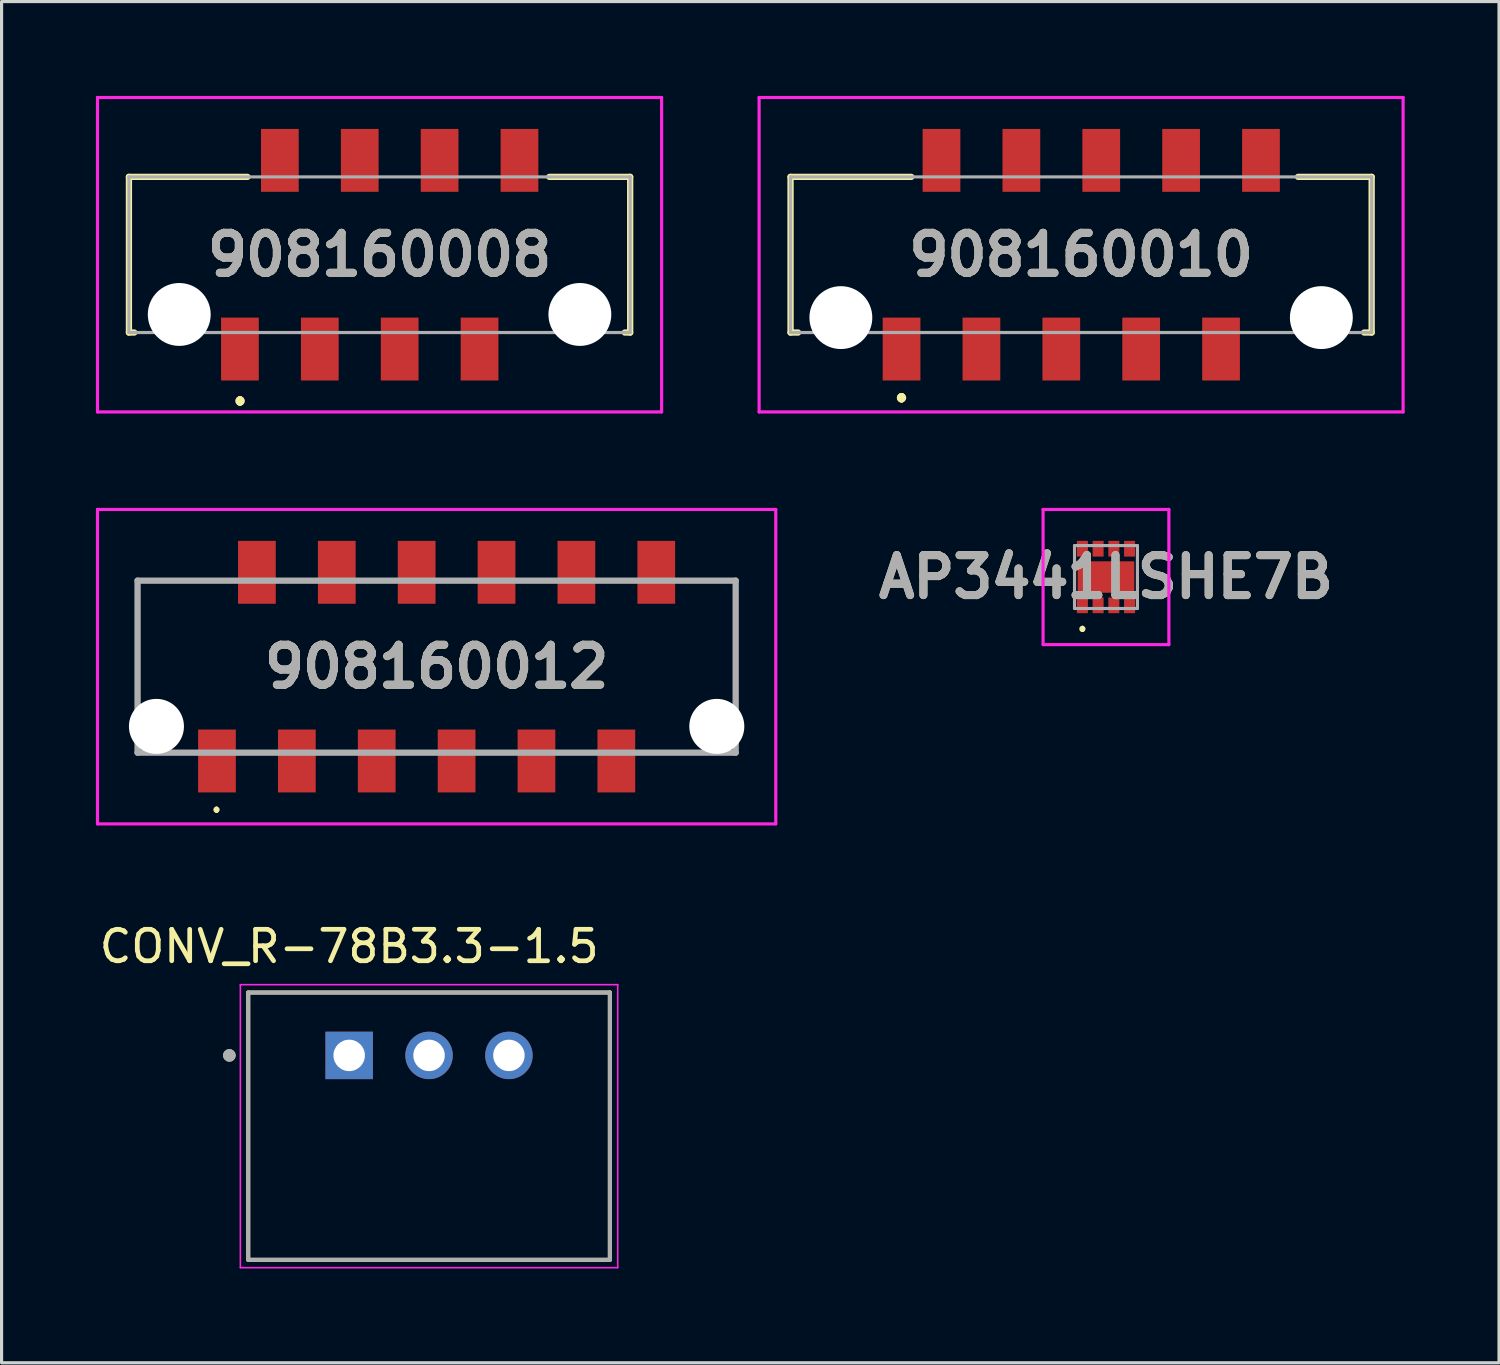
<source format=kicad_pcb>
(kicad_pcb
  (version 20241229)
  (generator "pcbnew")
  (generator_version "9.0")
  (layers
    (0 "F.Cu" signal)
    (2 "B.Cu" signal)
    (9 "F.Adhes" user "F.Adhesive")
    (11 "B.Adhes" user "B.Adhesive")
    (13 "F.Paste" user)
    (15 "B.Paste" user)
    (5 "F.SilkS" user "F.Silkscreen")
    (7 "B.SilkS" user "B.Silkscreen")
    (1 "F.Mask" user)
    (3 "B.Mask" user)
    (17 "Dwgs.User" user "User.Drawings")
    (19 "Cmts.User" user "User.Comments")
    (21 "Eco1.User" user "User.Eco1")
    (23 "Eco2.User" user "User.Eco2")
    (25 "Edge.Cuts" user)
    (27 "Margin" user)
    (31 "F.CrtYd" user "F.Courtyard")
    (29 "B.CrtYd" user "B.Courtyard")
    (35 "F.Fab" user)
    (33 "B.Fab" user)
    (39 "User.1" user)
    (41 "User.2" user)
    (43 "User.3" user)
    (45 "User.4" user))
  (footprint "908160010"
    (layer "F.Cu")
    (at 31.33 5.05)
    (property "Reference" "908160010" (at 0 0 0) (layer "F.SilkS") (effects (font (size 1.27 1.27) (thickness 0.254))))
    (attr through_hole)
    (fp_line (start -9.24 -2.475) (end -9.24 2.475) (stroke (width 0.2) (type solid)) (layer "F.SilkS"))
    (fp_line (start -9.24 2.475) (end -9 2.475) (stroke (width 0.2) (type solid)) (layer "F.SilkS"))
    (fp_line (start -5.71 4.5) (end -5.71 4.5) (stroke (width 0.2) (type solid)) (layer "F.SilkS"))
    (fp_line (start -5.71 4.5) (end -5.71 4.5) (stroke (width 0.2) (type solid)) (layer "F.SilkS"))
    (fp_line (start -5.71 4.6) (end -5.71 4.6) (stroke (width 0.2) (type solid)) (layer "F.SilkS"))
    (fp_line (start -5.4 -2.475) (end -9.24 -2.475) (stroke (width 0.2) (type solid)) (layer "F.SilkS"))
    (fp_line (start 9 2.475) (end 9.24 2.475) (stroke (width 0.2) (type solid)) (layer "F.SilkS"))
    (fp_line (start 9.24 -2.475) (end 6.9 -2.475) (stroke (width 0.2) (type solid)) (layer "F.SilkS"))
    (fp_line (start 9.24 2.475) (end 9.24 -2.475) (stroke (width 0.2) (type solid)) (layer "F.SilkS"))
    (fp_arc (start -5.71 4.5) (mid -5.66 4.55) (end -5.71 4.6) (stroke (width 0.2) (type solid)) (layer "F.SilkS"))
    (fp_arc (start -5.71 4.6) (mid -5.76 4.55) (end -5.71 4.5) (stroke (width 0.2) (type solid)) (layer "F.SilkS"))
    (fp_arc (start -5.71 4.6) (mid -5.76 4.55) (end -5.71 4.5) (stroke (width 0.2) (type solid)) (layer "F.SilkS"))
    (fp_line (start -10.24 -5) (end 10.24 -5) (stroke (width 0.1) (type solid)) (layer "F.CrtYd"))
    (fp_line (start -10.24 5) (end -10.24 -5) (stroke (width 0.1) (type solid)) (layer "F.CrtYd"))
    (fp_line (start 10.24 -5) (end 10.24 5) (stroke (width 0.1) (type solid)) (layer "F.CrtYd"))
    (fp_line (start 10.24 5) (end -10.24 5) (stroke (width 0.1) (type solid)) (layer "F.CrtYd"))
    (fp_line (start -9.24 -2.475) (end -9.24 2.475) (stroke (width 0.1) (type solid)) (layer "F.Fab"))
    (fp_line (start -9.24 2.475) (end 9.24 2.475) (stroke (width 0.1) (type solid)) (layer "F.Fab"))
    (fp_line (start 9.24 -2.475) (end -9.24 -2.475) (stroke (width 0.1) (type solid)) (layer "F.Fab"))
    (fp_line (start 9.24 2.475) (end 9.24 -2.475) (stroke (width 0.1) (type solid)) (layer "F.Fab"))
    (fp_text user "${REFERENCE}" (at 0 0 0) (layer "F.Fab") (effects (font (size 1.27 1.27) (thickness 0.254))))
    (pad "" np_thru_hole circle (at -7.64 2) (size 2 2) (drill 2) (layers "*.Cu" "*.Mask"))
    (pad "" np_thru_hole circle (at 7.64 2) (size 2 2) (drill 2) (layers "*.Cu" "*.Mask"))
    (pad "1" smd rect (at -5.71 3) (size 1.2 2) (layers "F.Cu" "F.Mask" "F.Paste"))
    (pad "2" smd rect (at -4.44 -3) (size 1.2 2) (layers "F.Cu" "F.Mask" "F.Paste"))
    (pad "3" smd rect (at -3.17 3) (size 1.2 2) (layers "F.Cu" "F.Mask" "F.Paste"))
    (pad "4" smd rect (at -1.9 -3) (size 1.2 2) (layers "F.Cu" "F.Mask" "F.Paste"))
    (pad "5" smd rect (at -0.63 3) (size 1.2 2) (layers "F.Cu" "F.Mask" "F.Paste"))
    (pad "6" smd rect (at 0.64 -3) (size 1.2 2) (layers "F.Cu" "F.Mask" "F.Paste"))
    (pad "7" smd rect (at 1.91 3) (size 1.2 2) (layers "F.Cu" "F.Mask" "F.Paste"))
    (pad "8" smd rect (at 3.18 -3) (size 1.2 2) (layers "F.Cu" "F.Mask" "F.Paste"))
    (pad "9" smd rect (at 4.45 3) (size 1.2 2) (layers "F.Cu" "F.Mask" "F.Paste"))
    (pad "10" smd rect (at 5.72 -3) (size 1.2 2) (layers "F.Cu" "F.Mask" "F.Paste")))
  (footprint "CONV_R-78B3.3-1.5"
    (layer "F.Cu")
    (at 10.594 32.763)
    (property "Reference" "CONV_R-78B3.3-1.5" (at -2.54 -5.715 0) (layer "F.SilkS") (effects (font (size 1 1) (thickness 0.15))))
    (attr through_hole)
    (fp_line (start -5.75 -4.25) (end -5.75 4.25) (stroke (width 0.127) (type solid)) (layer "F.SilkS"))
    (fp_line (start -5.75 4.25) (end 5.75 4.25) (stroke (width 0.127) (type solid)) (layer "F.SilkS"))
    (fp_line (start 5.75 -4.25) (end -5.75 -4.25) (stroke (width 0.127) (type solid)) (layer "F.SilkS"))
    (fp_line (start 5.75 4.25) (end 5.75 -4.25) (stroke (width 0.127) (type solid)) (layer "F.SilkS"))
    (fp_circle (center -6.35 -2.25) (end -6.25 -2.25) (stroke (width 0.2) (type solid)) (fill no) (layer "F.SilkS"))
    (fp_line (start -6 -4.5) (end -6 4.5) (stroke (width 0.05) (type solid)) (layer "F.CrtYd"))
    (fp_line (start -6 4.5) (end 6 4.5) (stroke (width 0.05) (type solid)) (layer "F.CrtYd"))
    (fp_line (start 6 -4.5) (end -6 -4.5) (stroke (width 0.05) (type solid)) (layer "F.CrtYd"))
    (fp_line (start 6 4.5) (end 6 -4.5) (stroke (width 0.05) (type solid)) (layer "F.CrtYd"))
    (fp_line (start -5.75 -4.25) (end -5.75 4.25) (stroke (width 0.127) (type solid)) (layer "F.Fab"))
    (fp_line (start -5.75 4.25) (end 5.75 4.25) (stroke (width 0.127) (type solid)) (layer "F.Fab"))
    (fp_line (start 5.75 -4.25) (end -5.75 -4.25) (stroke (width 0.127) (type solid)) (layer "F.Fab"))
    (fp_line (start 5.75 4.25) (end 5.75 -4.25) (stroke (width 0.127) (type solid)) (layer "F.Fab"))
    (fp_circle (center -6.35 -2.25) (end -6.25 -2.25) (stroke (width 0.2) (type solid)) (fill no) (layer "F.Fab"))
    (pad "1" thru_hole rect (at -2.54 -2.25) (size 1.508 1.508) (drill 1) (layers "*.Cu" "*.Mask"))
    (pad "2" thru_hole circle (at 0 -2.25) (size 1.508 1.508) (drill 1) (layers "*.Cu" "*.Mask"))
    (pad "3" thru_hole circle (at 2.54 -2.25) (size 1.508 1.508) (drill 1) (layers "*.Cu" "*.Mask")))
  (footprint "AP3441LSHE7B"
    (layer "F.Cu")
    (at 32.121 15.3)
    (property "Reference" "AP3441LSHE7B" (at 0 0 0) (layer "F.SilkS") (effects (font (size 1.27 1.27) (thickness 0.254))))
    (attr smd)
    (fp_line (start -0.75 1.6) (end -0.75 1.6) (stroke (width 0.1) (type solid)) (layer "F.SilkS"))
    (fp_line (start -0.75 1.7) (end -0.75 1.7) (stroke (width 0.1) (type solid)) (layer "F.SilkS"))
    (fp_arc (start -0.75 1.6) (mid -0.7 1.65) (end -0.75 1.7) (stroke (width 0.1) (type solid)) (layer "F.SilkS"))
    (fp_arc (start -0.75 1.7) (mid -0.8 1.65) (end -0.75 1.6) (stroke (width 0.1) (type solid)) (layer "F.SilkS"))
    (fp_line (start -2 -2.15) (end 2 -2.15) (stroke (width 0.1) (type solid)) (layer "F.CrtYd"))
    (fp_line (start -2 2.15) (end -2 -2.15) (stroke (width 0.1) (type solid)) (layer "F.CrtYd"))
    (fp_line (start 2 -2.15) (end 2 2.15) (stroke (width 0.1) (type solid)) (layer "F.CrtYd"))
    (fp_line (start 2 2.15) (end -2 2.15) (stroke (width 0.1) (type solid)) (layer "F.CrtYd"))
    (fp_line (start -1 -1) (end -1 1) (stroke (width 0.1) (type solid)) (layer "F.Fab"))
    (fp_line (start -1 1) (end 1 1) (stroke (width 0.1) (type solid)) (layer "F.Fab"))
    (fp_line (start 1 -1) (end -1 -1) (stroke (width 0.1) (type solid)) (layer "F.Fab"))
    (fp_line (start 1 1) (end 1 -1) (stroke (width 0.1) (type solid)) (layer "F.Fab"))
    (fp_text user "${REFERENCE}" (at 0 0 0) (layer "F.Fab") (effects (font (size 1.27 1.27) (thickness 0.254))))
    (pad "1" smd rect (at -0.75 0.9) (size 0.35 0.5) (layers "F.Cu" "F.Mask" "F.Paste"))
    (pad "2" smd rect (at -0.25 0.9) (size 0.35 0.5) (layers "F.Cu" "F.Mask" "F.Paste"))
    (pad "3" smd rect (at 0.25 0.9) (size 0.35 0.5) (layers "F.Cu" "F.Mask" "F.Paste"))
    (pad "4" smd rect (at 0.75 0.9) (size 0.35 0.5) (layers "F.Cu" "F.Mask" "F.Paste"))
    (pad "5" smd rect (at 0.75 -0.9) (size 0.35 0.5) (layers "F.Cu" "F.Mask" "F.Paste"))
    (pad "6" smd rect (at 0.25 -0.9) (size 0.35 0.5) (layers "F.Cu" "F.Mask" "F.Paste"))
    (pad "7" smd rect (at -0.25 -0.9) (size 0.35 0.5) (layers "F.Cu" "F.Mask" "F.Paste"))
    (pad "8" smd rect (at -0.75 -0.9) (size 0.35 0.5) (layers "F.Cu" "F.Mask" "F.Paste"))
    (pad "9" smd rect (at 0 0 90) (size 1 1.8) (layers "F.Cu" "F.Mask" "F.Paste")))
  (footprint "908160008"
    (layer "F.Cu")
    (at 9.02 5.05)
    (property "Reference" "908160008" (at 0 0 0) (layer "F.SilkS") (effects (font (size 1.27 1.27) (thickness 0.254))))
    (attr through_hole)
    (fp_line (start -7.97 -2.475) (end -7.97 2.475) (stroke (width 0.2) (type solid)) (layer "F.SilkS"))
    (fp_line (start -7.97 2.475) (end -7.8 2.475) (stroke (width 0.2) (type solid)) (layer "F.SilkS"))
    (fp_line (start -4.44 4.6) (end -4.44 4.6) (stroke (width 0.2) (type solid)) (layer "F.SilkS"))
    (fp_line (start -4.44 4.7) (end -4.44 4.7) (stroke (width 0.2) (type solid)) (layer "F.SilkS"))
    (fp_line (start -4.44 4.7) (end -4.44 4.7) (stroke (width 0.2) (type solid)) (layer "F.SilkS"))
    (fp_line (start -4.2 -2.475) (end -7.97 -2.475) (stroke (width 0.2) (type solid)) (layer "F.SilkS"))
    (fp_line (start 7.8 2.475) (end 7.97 2.475) (stroke (width 0.2) (type solid)) (layer "F.SilkS"))
    (fp_line (start 7.97 -2.475) (end 5.4 -2.475) (stroke (width 0.2) (type solid)) (layer "F.SilkS"))
    (fp_line (start 7.97 2.475) (end 7.97 -2.475) (stroke (width 0.2) (type solid)) (layer "F.SilkS"))
    (fp_arc (start -4.44 4.6) (mid -4.39 4.65) (end -4.44 4.7) (stroke (width 0.2) (type solid)) (layer "F.SilkS"))
    (fp_arc (start -4.44 4.6) (mid -4.39 4.65) (end -4.44 4.7) (stroke (width 0.2) (type solid)) (layer "F.SilkS"))
    (fp_arc (start -4.44 4.7) (mid -4.49 4.65) (end -4.44 4.6) (stroke (width 0.2) (type solid)) (layer "F.SilkS"))
    (fp_line (start -8.97 -5) (end 8.97 -5) (stroke (width 0.1) (type solid)) (layer "F.CrtYd"))
    (fp_line (start -8.97 5) (end -8.97 -5) (stroke (width 0.1) (type solid)) (layer "F.CrtYd"))
    (fp_line (start 8.97 -5) (end 8.97 5) (stroke (width 0.1) (type solid)) (layer "F.CrtYd"))
    (fp_line (start 8.97 5) (end -8.97 5) (stroke (width 0.1) (type solid)) (layer "F.CrtYd"))
    (fp_line (start -7.97 -2.475) (end -7.97 2.475) (stroke (width 0.1) (type solid)) (layer "F.Fab"))
    (fp_line (start -7.97 2.475) (end 7.97 2.475) (stroke (width 0.1) (type solid)) (layer "F.Fab"))
    (fp_line (start 7.97 -2.475) (end -7.97 -2.475) (stroke (width 0.1) (type solid)) (layer "F.Fab"))
    (fp_line (start 7.97 2.475) (end 7.97 -2.475) (stroke (width 0.1) (type solid)) (layer "F.Fab"))
    (fp_text user "${REFERENCE}" (at 0 0 0) (layer "F.Fab") (effects (font (size 1.27 1.27) (thickness 0.254))))
    (pad "" np_thru_hole circle (at -6.37 1.9) (size 2 2) (drill 2) (layers "*.Cu" "*.Mask"))
    (pad "" np_thru_hole circle (at 6.37 1.9) (size 2 2) (drill 2) (layers "*.Cu" "*.Mask"))
    (pad "1" smd rect (at -4.44 3) (size 1.2 2) (layers "F.Cu" "F.Mask" "F.Paste"))
    (pad "2" smd rect (at -3.17 -3) (size 1.2 2) (layers "F.Cu" "F.Mask" "F.Paste"))
    (pad "3" smd rect (at -1.9 3) (size 1.2 2) (layers "F.Cu" "F.Mask" "F.Paste"))
    (pad "4" smd rect (at -0.63 -3) (size 1.2 2) (layers "F.Cu" "F.Mask" "F.Paste"))
    (pad "5" smd rect (at 0.64 3) (size 1.2 2) (layers "F.Cu" "F.Mask" "F.Paste"))
    (pad "6" smd rect (at 1.91 -3) (size 1.2 2) (layers "F.Cu" "F.Mask" "F.Paste"))
    (pad "7" smd rect (at 3.18 3) (size 1.2 2) (layers "F.Cu" "F.Mask" "F.Paste"))
    (pad "8" smd rect (at 4.45 -3) (size 1.2 2) (layers "F.Cu" "F.Mask" "F.Paste")))
  (footprint "908160012"
    (layer "F.Cu")
    (at 10.835 18.15)
    (property "Reference" "908160012" (at 0 0 0) (layer "F.SilkS") (effects (font (size 1.27 1.27) (thickness 0.254))))
    (attr through_hole)
    (fp_line (start -9.51 -2.735) (end -9.51 0.8) (stroke (width 0.1) (type solid)) (layer "F.SilkS"))
    (fp_line (start -7 4.5) (end -7 4.5) (stroke (width 0.1) (type solid)) (layer "F.SilkS"))
    (fp_line (start -7 4.6) (end -7 4.6) (stroke (width 0.1) (type solid)) (layer "F.SilkS"))
    (fp_line (start -6.8 -2.735) (end -9.51 -2.735) (stroke (width 0.1) (type solid)) (layer "F.SilkS"))
    (fp_line (start 9.51 -2.735) (end 8 -2.735) (stroke (width 0.1) (type solid)) (layer "F.SilkS"))
    (fp_line (start 9.51 0.8) (end 9.51 -2.735) (stroke (width 0.1) (type solid)) (layer "F.SilkS"))
    (fp_arc (start -7 4.5) (mid -6.95 4.55) (end -7 4.6) (stroke (width 0.1) (type solid)) (layer "F.SilkS"))
    (fp_arc (start -7 4.6) (mid -7.05 4.55) (end -7 4.5) (stroke (width 0.1) (type solid)) (layer "F.SilkS"))
    (fp_line (start -10.785 -5) (end 10.785 -5) (stroke (width 0.1) (type solid)) (layer "F.CrtYd"))
    (fp_line (start -10.785 5) (end -10.785 -5) (stroke (width 0.1) (type solid)) (layer "F.CrtYd"))
    (fp_line (start 10.785 -5) (end 10.785 5) (stroke (width 0.1) (type solid)) (layer "F.CrtYd"))
    (fp_line (start 10.785 5) (end -10.785 5) (stroke (width 0.1) (type solid)) (layer "F.CrtYd"))
    (fp_line (start -9.51 -2.735) (end -9.51 2.735) (stroke (width 0.2) (type solid)) (layer "F.Fab"))
    (fp_line (start -9.51 2.735) (end 9.51 2.735) (stroke (width 0.2) (type solid)) (layer "F.Fab"))
    (fp_line (start 9.51 -2.735) (end -9.51 -2.735) (stroke (width 0.2) (type solid)) (layer "F.Fab"))
    (fp_line (start 9.51 2.735) (end 9.51 -2.735) (stroke (width 0.2) (type solid)) (layer "F.Fab"))
    (fp_text user "${REFERENCE}" (at 0 0 0) (layer "F.Fab") (effects (font (size 1.27 1.27) (thickness 0.254))))
    (pad "" np_thru_hole circle (at -8.91 1.9) (size 1.75 1.75) (drill 1.75) (layers "*.Cu" "*.Mask"))
    (pad "" np_thru_hole circle (at 8.91 1.9) (size 1.75 1.75) (drill 1.75) (layers "*.Cu" "*.Mask"))
    (pad "1" smd rect (at -6.985 3) (size 1.2 2) (layers "F.Cu" "F.Mask" "F.Paste"))
    (pad "2" smd rect (at -5.715 -3) (size 1.2 2) (layers "F.Cu" "F.Mask" "F.Paste"))
    (pad "3" smd rect (at -4.445 3) (size 1.2 2) (layers "F.Cu" "F.Mask" "F.Paste"))
    (pad "4" smd rect (at -3.175 -3) (size 1.2 2) (layers "F.Cu" "F.Mask" "F.Paste"))
    (pad "5" smd rect (at -1.905 3) (size 1.2 2) (layers "F.Cu" "F.Mask" "F.Paste"))
    (pad "6" smd rect (at -0.635 -3) (size 1.2 2) (layers "F.Cu" "F.Mask" "F.Paste"))
    (pad "7" smd rect (at 0.635 3) (size 1.2 2) (layers "F.Cu" "F.Mask" "F.Paste"))
    (pad "8" smd rect (at 1.905 -3) (size 1.2 2) (layers "F.Cu" "F.Mask" "F.Paste"))
    (pad "9" smd rect (at 3.175 3) (size 1.2 2) (layers "F.Cu" "F.Mask" "F.Paste"))
    (pad "10" smd rect (at 4.445 -3) (size 1.2 2) (layers "F.Cu" "F.Mask" "F.Paste"))
    (pad "11" smd rect (at 5.715 3) (size 1.2 2) (layers "F.Cu" "F.Mask" "F.Paste"))
    (pad "12" smd rect (at 6.985 -3) (size 1.2 2) (layers "F.Cu" "F.Mask" "F.Paste")))
  (gr_rect
    (start -3 -3)
    (end 44.62 40.288)
    (stroke (width 0.1) (type default))
    (fill no)
    (layer "Edge.Cuts")))
</source>
